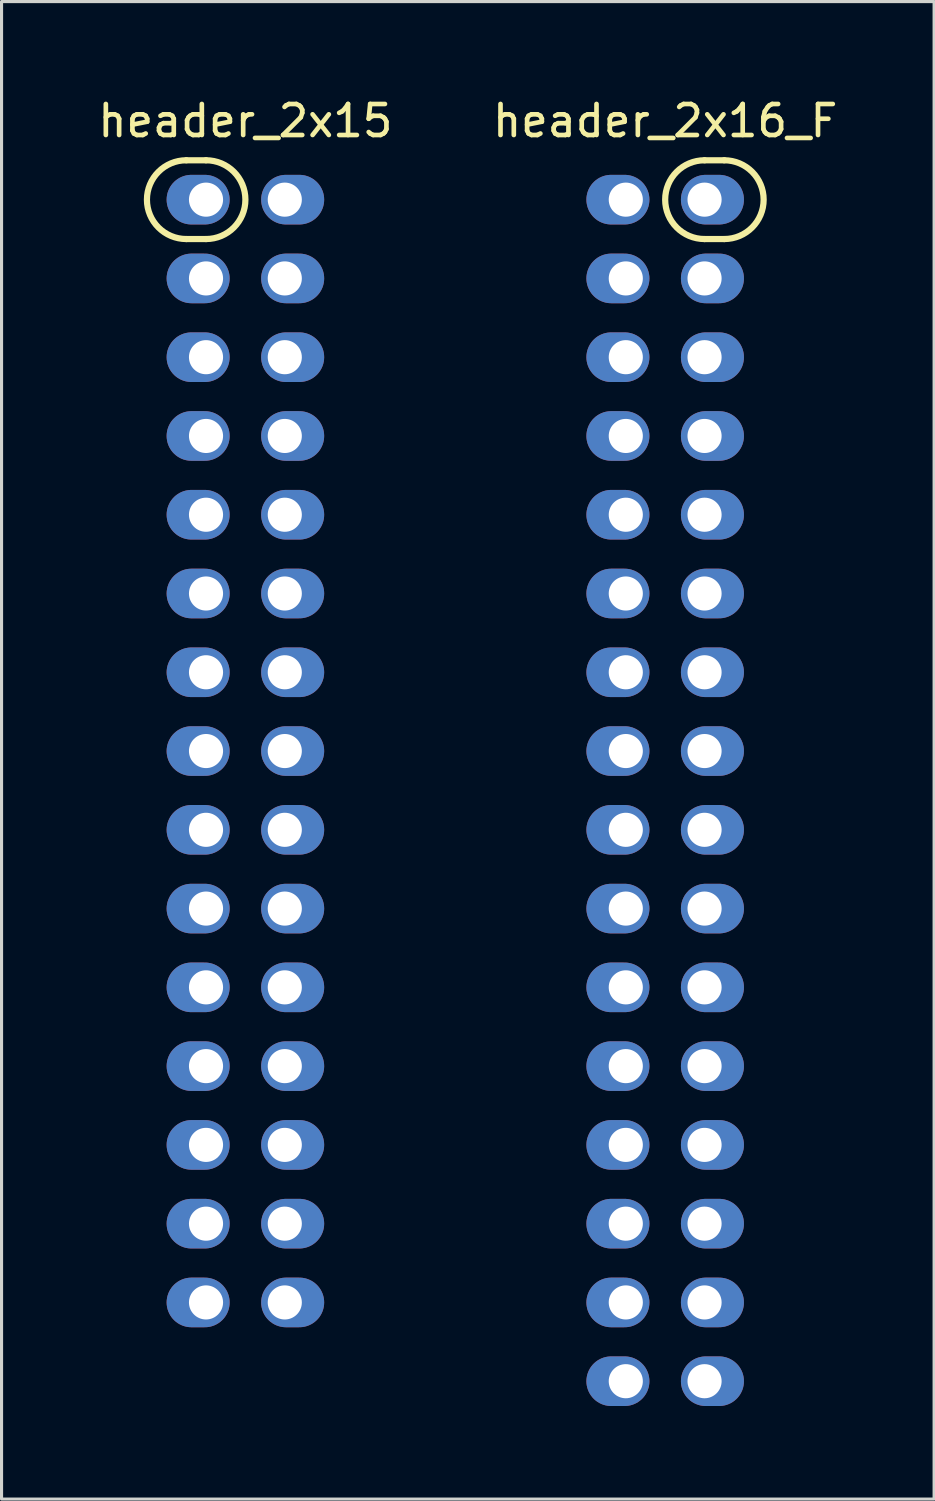
<source format=kicad_pcb>
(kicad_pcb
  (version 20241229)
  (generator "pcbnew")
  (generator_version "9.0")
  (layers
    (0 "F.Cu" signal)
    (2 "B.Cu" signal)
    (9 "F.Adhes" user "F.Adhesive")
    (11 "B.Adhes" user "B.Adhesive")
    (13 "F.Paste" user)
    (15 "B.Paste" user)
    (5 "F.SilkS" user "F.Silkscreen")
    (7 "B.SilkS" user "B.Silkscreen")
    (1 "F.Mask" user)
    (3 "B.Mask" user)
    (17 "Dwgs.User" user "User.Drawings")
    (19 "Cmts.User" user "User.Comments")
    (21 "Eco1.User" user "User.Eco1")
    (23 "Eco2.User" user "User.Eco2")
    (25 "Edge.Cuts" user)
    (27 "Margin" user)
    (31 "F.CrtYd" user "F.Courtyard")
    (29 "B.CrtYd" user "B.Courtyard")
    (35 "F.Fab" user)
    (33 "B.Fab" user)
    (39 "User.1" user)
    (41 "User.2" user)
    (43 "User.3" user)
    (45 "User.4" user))
  (footprint "header_2x15"
    (layer "F.Cu")
    (at 4.863 21.168)
    (property "Reference" "header_2x15" (at 0 -20.32 0) (layer "F.SilkS") (effects (font (size 1 1) (thickness 0.15))))
    (attr through_hole)
    (fp_line (start -1.905 -19.05) (end -1.27 -19.05) (stroke (width 0.2) (type solid)) (layer "F.SilkS"))
    (fp_line (start -1.27 -16.51) (end -1.905 -16.51) (stroke (width 0.2) (type solid)) (layer "F.SilkS"))
    (fp_arc (start -1.905 -16.51) (mid -3.175 -17.78) (end -1.905 -19.05) (stroke (width 0.2) (type solid)) (layer "F.SilkS"))
    (fp_arc (start -1.27 -19.05) (mid 0 -17.78) (end -1.27 -16.51) (stroke (width 0.2) (type solid)) (layer "F.SilkS"))
    (pad "1" thru_hole oval (at -1.27 -17.78) (size 2.032 1.6) (drill 1.1 (offset -0.254 0)) (layers "*.Cu" "*.Mask"))
    (pad "2" thru_hole oval (at 1.27 -17.78) (size 2.032 1.6) (drill 1.1 (offset 0.254 0)) (layers "*.Cu" "*.Mask"))
    (pad "3" thru_hole oval (at -1.27 -15.24) (size 2.032 1.6) (drill 1.1 (offset -0.254 0)) (layers "*.Cu" "*.Mask"))
    (pad "4" thru_hole oval (at 1.27 -15.24) (size 2.032 1.6) (drill 1.1 (offset 0.254 0)) (layers "*.Cu" "*.Mask"))
    (pad "5" thru_hole oval (at -1.27 -12.7) (size 2.032 1.6) (drill 1.1 (offset -0.254 0)) (layers "*.Cu" "*.Mask"))
    (pad "6" thru_hole oval (at 1.27 -12.7) (size 2.032 1.6) (drill 1.1 (offset 0.254 0)) (layers "*.Cu" "*.Mask"))
    (pad "7" thru_hole oval (at -1.27 -10.16) (size 2.032 1.6) (drill 1.1 (offset -0.254 0)) (layers "*.Cu" "*.Mask"))
    (pad "8" thru_hole oval (at 1.27 -10.16) (size 2.032 1.6) (drill 1.1 (offset 0.254 0)) (layers "*.Cu" "*.Mask"))
    (pad "9" thru_hole oval (at -1.27 -7.62) (size 2.032 1.6) (drill 1.1 (offset -0.254 0)) (layers "*.Cu" "*.Mask"))
    (pad "10" thru_hole oval (at 1.27 -7.62) (size 2.032 1.6) (drill 1.1 (offset 0.254 0)) (layers "*.Cu" "*.Mask"))
    (pad "11" thru_hole oval (at -1.27 -5.08) (size 2.032 1.6) (drill 1.1 (offset -0.254 0)) (layers "*.Cu" "*.Mask"))
    (pad "12" thru_hole oval (at 1.27 -5.08) (size 2.032 1.6) (drill 1.1 (offset 0.254 0)) (layers "*.Cu" "*.Mask"))
    (pad "13" thru_hole oval (at -1.27 -2.54) (size 2.032 1.6) (drill 1.1 (offset -0.254 0)) (layers "*.Cu" "*.Mask"))
    (pad "14" thru_hole oval (at 1.27 -2.54) (size 2.032 1.6) (drill 1.1 (offset 0.254 0)) (layers "*.Cu" "*.Mask"))
    (pad "15" thru_hole oval (at -1.27 0) (size 2.032 1.6) (drill 1.1 (offset -0.254 0)) (layers "*.Cu" "*.Mask"))
    (pad "16" thru_hole oval (at 1.27 0) (size 2.032 1.6) (drill 1.1 (offset 0.254 0)) (layers "*.Cu" "*.Mask"))
    (pad "17" thru_hole oval (at -1.27 2.54) (size 2.032 1.6) (drill 1.1 (offset -0.254 0)) (layers "*.Cu" "*.Mask"))
    (pad "18" thru_hole oval (at 1.27 2.54) (size 2.032 1.6) (drill 1.1 (offset 0.254 0)) (layers "*.Cu" "*.Mask"))
    (pad "19" thru_hole oval (at -1.27 5.08) (size 2.032 1.6) (drill 1.1 (offset -0.254 0)) (layers "*.Cu" "*.Mask"))
    (pad "20" thru_hole oval (at 1.27 5.08) (size 2.032 1.6) (drill 1.1 (offset 0.254 0)) (layers "*.Cu" "*.Mask"))
    (pad "21" thru_hole oval (at -1.27 7.62) (size 2.032 1.6) (drill 1.1 (offset -0.254 0)) (layers "*.Cu" "*.Mask"))
    (pad "22" thru_hole oval (at 1.27 7.62) (size 2.032 1.6) (drill 1.1 (offset 0.254 0)) (layers "*.Cu" "*.Mask"))
    (pad "23" thru_hole oval (at -1.27 10.16) (size 2.032 1.6) (drill 1.1 (offset -0.254 0)) (layers "*.Cu" "*.Mask"))
    (pad "24" thru_hole oval (at 1.27 10.16) (size 2.032 1.6) (drill 1.1 (offset 0.254 0)) (layers "*.Cu" "*.Mask"))
    (pad "25" thru_hole oval (at -1.27 12.7) (size 2.032 1.6) (drill 1.1 (offset -0.254 0)) (layers "*.Cu" "*.Mask"))
    (pad "26" thru_hole oval (at 1.27 12.7) (size 2.032 1.6) (drill 1.1 (offset 0.254 0)) (layers "*.Cu" "*.Mask"))
    (pad "27" thru_hole oval (at -1.27 15.24) (size 2.032 1.6) (drill 1.1 (offset -0.254 0)) (layers "*.Cu" "*.Mask"))
    (pad "28" thru_hole oval (at 1.27 15.24) (size 2.032 1.6) (drill 1.1 (offset 0.254 0)) (layers "*.Cu" "*.Mask"))
    (pad "29" thru_hole oval (at -1.27 17.78) (size 2.032 1.6) (drill 1.1 (offset -0.254 0)) (layers "*.Cu" "*.Mask"))
    (pad "30" thru_hole oval (at 1.27 17.78) (size 2.032 1.6) (drill 1.1 (offset 0.254 0)) (layers "*.Cu" "*.Mask")))
  (footprint "header_2x16_F"
    (layer "F.Cu")
    (at 18.399 22.438)
    (property "Reference" "header_2x16_F" (at 0 -21.59 0) (layer "F.SilkS") (effects (font (size 1 1) (thickness 0.15))))
    (attr through_hole)
    (fp_line (start 1.27 -20.32) (end 1.905 -20.32) (stroke (width 0.2) (type solid)) (layer "F.SilkS"))
    (fp_line (start 1.905 -17.78) (end 1.27 -17.78) (stroke (width 0.2) (type solid)) (layer "F.SilkS"))
    (fp_arc (start 1.27 -17.78) (mid 0 -19.05) (end 1.27 -20.32) (stroke (width 0.2) (type solid)) (layer "F.SilkS"))
    (fp_arc (start 1.905 -20.32) (mid 3.175 -19.05) (end 1.905 -17.78) (stroke (width 0.2) (type solid)) (layer "F.SilkS"))
    (pad "1" thru_hole oval (at 1.27 -19.05) (size 2.032 1.6) (drill 1.1 (offset 0.254 0)) (layers "*.Cu" "*.Mask"))
    (pad "2" thru_hole oval (at -1.27 -19.05) (size 2.032 1.6) (drill 1.1 (offset -0.254 0)) (layers "*.Cu" "*.Mask"))
    (pad "3" thru_hole oval (at 1.27 -16.51) (size 2.032 1.6) (drill 1.1 (offset 0.254 0)) (layers "*.Cu" "*.Mask"))
    (pad "4" thru_hole oval (at -1.27 -16.51) (size 2.032 1.6) (drill 1.1 (offset -0.254 0)) (layers "*.Cu" "*.Mask"))
    (pad "5" thru_hole oval (at 1.27 -13.97) (size 2.032 1.6) (drill 1.1 (offset 0.254 0)) (layers "*.Cu" "*.Mask"))
    (pad "6" thru_hole oval (at -1.27 -13.97) (size 2.032 1.6) (drill 1.1 (offset -0.254 0)) (layers "*.Cu" "*.Mask"))
    (pad "7" thru_hole oval (at 1.27 -11.43) (size 2.032 1.6) (drill 1.1 (offset 0.254 0)) (layers "*.Cu" "*.Mask"))
    (pad "8" thru_hole oval (at -1.27 -11.43) (size 2.032 1.6) (drill 1.1 (offset -0.254 0)) (layers "*.Cu" "*.Mask"))
    (pad "9" thru_hole oval (at 1.27 -8.89) (size 2.032 1.6) (drill 1.1 (offset 0.254 0)) (layers "*.Cu" "*.Mask"))
    (pad "10" thru_hole oval (at -1.27 -8.89) (size 2.032 1.6) (drill 1.1 (offset -0.254 0)) (layers "*.Cu" "*.Mask"))
    (pad "11" thru_hole oval (at 1.27 -6.35) (size 2.032 1.6) (drill 1.1 (offset 0.254 0)) (layers "*.Cu" "*.Mask"))
    (pad "12" thru_hole oval (at -1.27 -6.35) (size 2.032 1.6) (drill 1.1 (offset -0.254 0)) (layers "*.Cu" "*.Mask"))
    (pad "13" thru_hole oval (at 1.27 -3.81) (size 2.032 1.6) (drill 1.1 (offset 0.254 0)) (layers "*.Cu" "*.Mask"))
    (pad "14" thru_hole oval (at -1.27 -3.81) (size 2.032 1.6) (drill 1.1 (offset -0.254 0)) (layers "*.Cu" "*.Mask"))
    (pad "15" thru_hole oval (at 1.27 -1.27) (size 2.032 1.6) (drill 1.1 (offset 0.254 0)) (layers "*.Cu" "*.Mask"))
    (pad "16" thru_hole oval (at -1.27 -1.27) (size 2.032 1.6) (drill 1.1 (offset -0.254 0)) (layers "*.Cu" "*.Mask"))
    (pad "17" thru_hole oval (at 1.27 1.27) (size 2.032 1.6) (drill 1.1 (offset 0.254 0)) (layers "*.Cu" "*.Mask"))
    (pad "18" thru_hole oval (at -1.27 1.27) (size 2.032 1.6) (drill 1.1 (offset -0.254 0)) (layers "*.Cu" "*.Mask"))
    (pad "19" thru_hole oval (at 1.27 3.81) (size 2.032 1.6) (drill 1.1 (offset 0.254 0)) (layers "*.Cu" "*.Mask"))
    (pad "20" thru_hole oval (at -1.27 3.81) (size 2.032 1.6) (drill 1.1 (offset -0.254 0)) (layers "*.Cu" "*.Mask"))
    (pad "21" thru_hole oval (at 1.27 6.35) (size 2.032 1.6) (drill 1.1 (offset 0.254 0)) (layers "*.Cu" "*.Mask"))
    (pad "22" thru_hole oval (at -1.27 6.35) (size 2.032 1.6) (drill 1.1 (offset -0.254 0)) (layers "*.Cu" "*.Mask"))
    (pad "23" thru_hole oval (at 1.27 8.89) (size 2.032 1.6) (drill 1.1 (offset 0.254 0)) (layers "*.Cu" "*.Mask"))
    (pad "24" thru_hole oval (at -1.27 8.89) (size 2.032 1.6) (drill 1.1 (offset -0.254 0)) (layers "*.Cu" "*.Mask"))
    (pad "25" thru_hole oval (at 1.27 11.43) (size 2.032 1.6) (drill 1.1 (offset 0.254 0)) (layers "*.Cu" "*.Mask"))
    (pad "26" thru_hole oval (at -1.27 11.43) (size 2.032 1.6) (drill 1.1 (offset -0.254 0)) (layers "*.Cu" "*.Mask"))
    (pad "27" thru_hole oval (at 1.27 13.97) (size 2.032 1.6) (drill 1.1 (offset 0.254 0)) (layers "*.Cu" "*.Mask"))
    (pad "28" thru_hole oval (at -1.27 13.97) (size 2.032 1.6) (drill 1.1 (offset -0.254 0)) (layers "*.Cu" "*.Mask"))
    (pad "29" thru_hole oval (at 1.27 16.51) (size 2.032 1.6) (drill 1.1 (offset 0.254 0)) (layers "*.Cu" "*.Mask"))
    (pad "30" thru_hole oval (at -1.27 16.51) (size 2.032 1.6) (drill 1.1 (offset -0.254 0)) (layers "*.Cu" "*.Mask"))
    (pad "31" thru_hole oval (at 1.27 19.05) (size 2.032 1.6) (drill 1.1 (offset 0.254 0)) (layers "*.Cu" "*.Mask"))
    (pad "32" thru_hole oval (at -1.27 19.05) (size 2.032 1.6) (drill 1.1 (offset -0.254 0)) (layers "*.Cu" "*.Mask")))
  (gr_rect
    (start -3 -3)
    (end 27.071 45.288)
    (stroke (width 0.1) (type default))
    (fill no)
    (layer "Edge.Cuts")))
</source>
